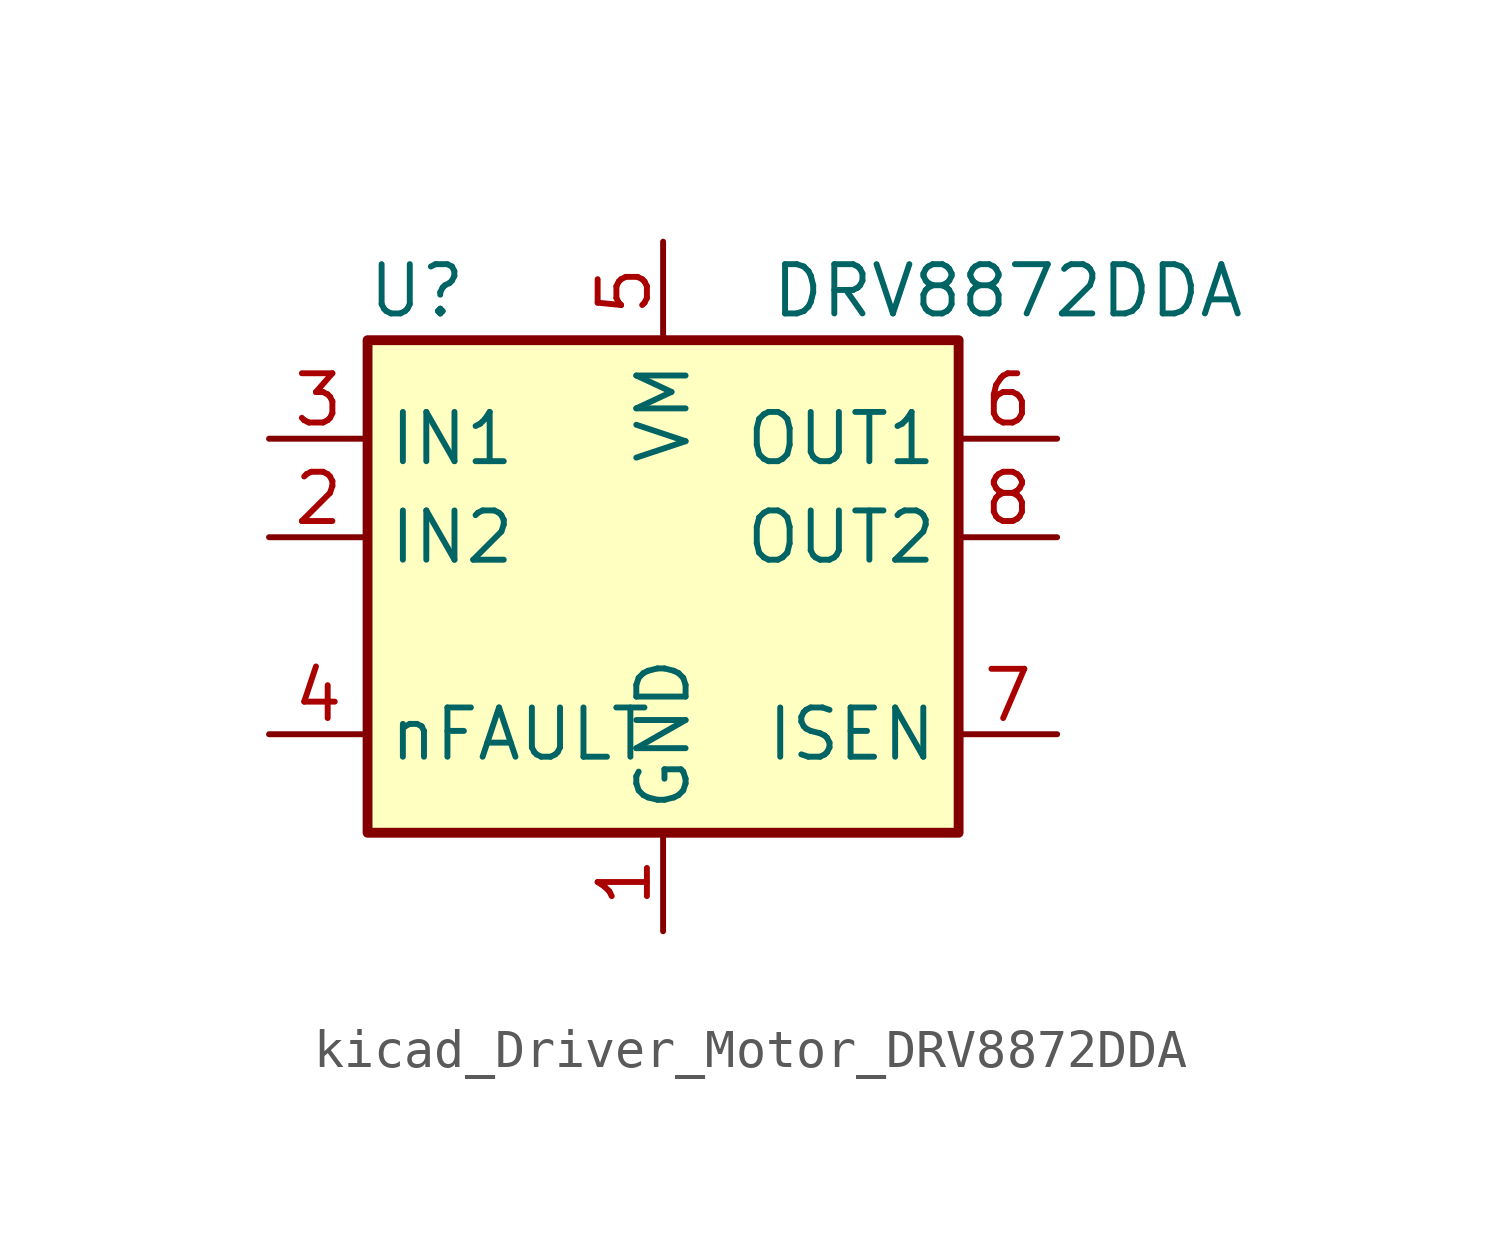
<source format=kicad_sym>
(kicad_symbol_lib
  (version 20220914)
  (generator kicad_symbol_editor)
  (symbol "kicad_Driver_Motor_DRV8872DDA"
    (property "Reference" "U"
      (at -6.35 6.35 0)
      (effects (font (size 1.27 1.27))))
    (property "Value" "DRV8872DDA"
      (at 8.89 6.35 0)
      (effects (font (size 1.27 1.27))))
    (symbol "kicad_Driver_Motor_DRV8872DDA_0_1"
      (rectangle (start -7.62 5.08) (end 7.62 -7.62) (stroke (width 0.254) (type default)) (fill (type background))))
    (symbol "kicad_Driver_Motor_DRV8872DDA_1_1"
      (pin power_in line (at 0 -10.16 90) (length 2.54) (name "GND" (effects (font (size 1.27 1.27)))) (number "1" (effects (font (size 1.27 1.27)))))
      (pin input line (at -10.16 0 0) (length 2.54) (name "IN2" (effects (font (size 1.27 1.27)))) (number "2" (effects (font (size 1.27 1.27)))))
      (pin input line (at -10.16 2.54 0) (length 2.54) (name "IN1" (effects (font (size 1.27 1.27)))) (number "3" (effects (font (size 1.27 1.27)))))
      (pin open_collector line (at -10.16 -5.08 0) (length 2.54) (name "nFAULT" (effects (font (size 1.27 1.27)))) (number "4" (effects (font (size 1.27 1.27)))))
      (pin power_in line (at 0 7.62 270) (length 2.54) (name "VM" (effects (font (size 1.27 1.27)))) (number "5" (effects (font (size 1.27 1.27)))))
      (pin output line (at 10.16 2.54 180) (length 2.54) (name "OUT1" (effects (font (size 1.27 1.27)))) (number "6" (effects (font (size 1.27 1.27)))))
      (pin passive line (at 10.16 -5.08 180) (length 2.54) (name "ISEN" (effects (font (size 1.27 1.27)))) (number "7" (effects (font (size 1.27 1.27)))))
      (pin output line (at 10.16 0 180) (length 2.54) (name "OUT2" (effects (font (size 1.27 1.27)))) (number "8" (effects (font (size 1.27 1.27)))))
      (pin passive line (at 0 -10.16 90) (length 2.54) hide (name "GND" (effects (font (size 1.27 1.27)))) (number "9" (effects (font (size 1.27 1.27))))))))
</source>
